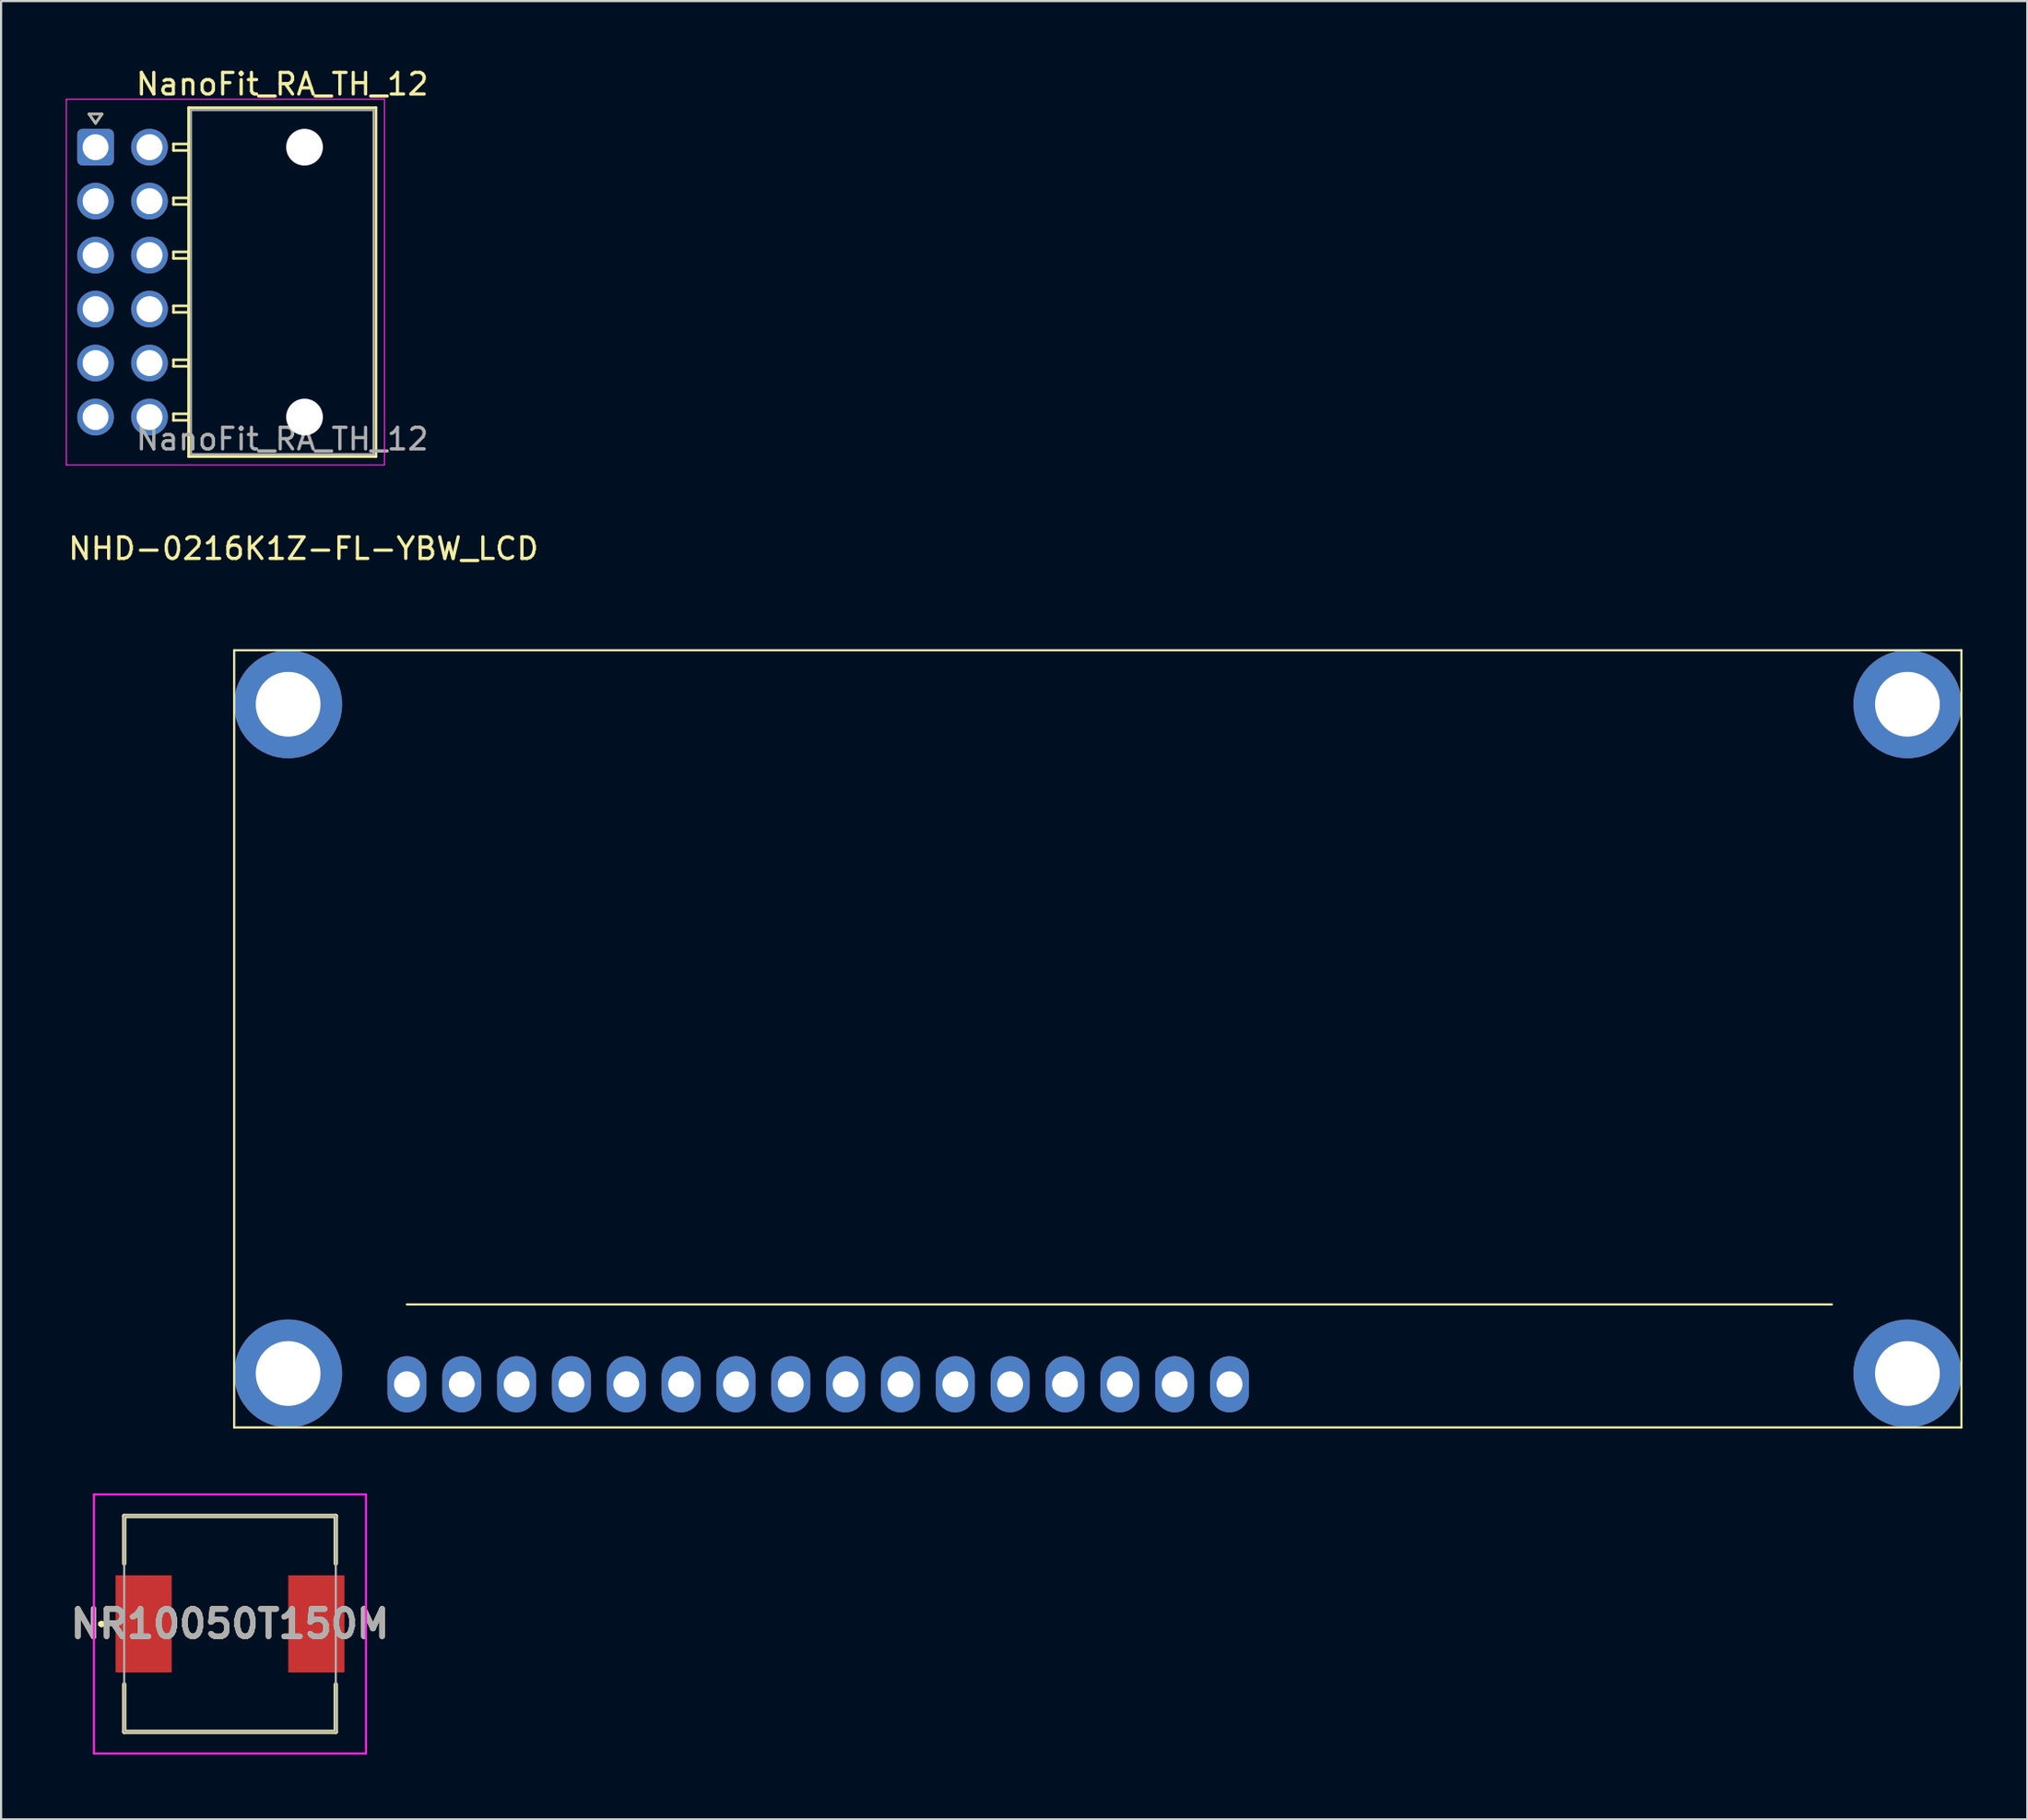
<source format=kicad_pcb>
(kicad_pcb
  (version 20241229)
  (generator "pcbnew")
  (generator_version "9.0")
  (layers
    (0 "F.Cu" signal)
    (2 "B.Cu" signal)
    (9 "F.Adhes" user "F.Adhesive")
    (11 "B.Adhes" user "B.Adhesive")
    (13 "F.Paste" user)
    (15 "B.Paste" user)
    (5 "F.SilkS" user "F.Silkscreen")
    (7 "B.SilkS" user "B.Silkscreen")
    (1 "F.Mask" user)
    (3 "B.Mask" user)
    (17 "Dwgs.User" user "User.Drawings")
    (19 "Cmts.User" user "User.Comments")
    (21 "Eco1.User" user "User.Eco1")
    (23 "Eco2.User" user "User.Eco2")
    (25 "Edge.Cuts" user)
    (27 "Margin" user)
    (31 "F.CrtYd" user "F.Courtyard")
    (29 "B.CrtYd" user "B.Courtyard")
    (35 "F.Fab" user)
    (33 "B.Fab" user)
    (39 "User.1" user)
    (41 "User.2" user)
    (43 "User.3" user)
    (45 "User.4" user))
  (footprint "NanoFit_RA_TH_12"
    (layer "F.Cu")
    (at 1.375 3.768)
    (property "Reference" "NanoFit_RA_TH_12" (at 8.65 -2.92 0) (layer "F.SilkS") (effects (font (size 1 1) (thickness 0.15))))
    (attr through_hole)
    (fp_line (start -0.3 -1.534) (end 0 -1.11) (stroke (width 0.12) (type solid)) (layer "F.SilkS"))
    (fp_line (start 0 -1.11) (end 0.3 -1.534) (stroke (width 0.12) (type solid)) (layer "F.SilkS"))
    (fp_line (start 0.3 -1.534) (end -0.3 -1.534) (stroke (width 0.12) (type solid)) (layer "F.SilkS"))
    (fp_line (start 3.61 -0.15) (end 3.61 0.15) (stroke (width 0.12) (type solid)) (layer "F.SilkS"))
    (fp_line (start 3.61 0.15) (end 4.31 0.15) (stroke (width 0.12) (type solid)) (layer "F.SilkS"))
    (fp_line (start 3.61 2.35) (end 3.61 2.65) (stroke (width 0.12) (type solid)) (layer "F.SilkS"))
    (fp_line (start 3.61 2.65) (end 4.31 2.65) (stroke (width 0.12) (type solid)) (layer "F.SilkS"))
    (fp_line (start 3.61 4.85) (end 3.61 5.15) (stroke (width 0.12) (type solid)) (layer "F.SilkS"))
    (fp_line (start 3.61 5.15) (end 4.31 5.15) (stroke (width 0.12) (type solid)) (layer "F.SilkS"))
    (fp_line (start 3.61 7.35) (end 3.61 7.65) (stroke (width 0.12) (type solid)) (layer "F.SilkS"))
    (fp_line (start 3.61 7.65) (end 4.31 7.65) (stroke (width 0.12) (type solid)) (layer "F.SilkS"))
    (fp_line (start 3.61 9.85) (end 3.61 10.15) (stroke (width 0.12) (type solid)) (layer "F.SilkS"))
    (fp_line (start 3.61 10.15) (end 4.31 10.15) (stroke (width 0.12) (type solid)) (layer "F.SilkS"))
    (fp_line (start 3.61 12.35) (end 3.61 12.65) (stroke (width 0.12) (type solid)) (layer "F.SilkS"))
    (fp_line (start 3.61 12.65) (end 4.31 12.65) (stroke (width 0.12) (type solid)) (layer "F.SilkS"))
    (fp_line (start 4.31 -1.83) (end 4.31 14.33) (stroke (width 0.12) (type solid)) (layer "F.SilkS"))
    (fp_line (start 4.31 -0.15) (end 3.61 -0.15) (stroke (width 0.12) (type solid)) (layer "F.SilkS"))
    (fp_line (start 4.31 0.15) (end 4.31 -0.15) (stroke (width 0.12) (type solid)) (layer "F.SilkS"))
    (fp_line (start 4.31 2.35) (end 3.61 2.35) (stroke (width 0.12) (type solid)) (layer "F.SilkS"))
    (fp_line (start 4.31 2.65) (end 4.31 2.35) (stroke (width 0.12) (type solid)) (layer "F.SilkS"))
    (fp_line (start 4.31 4.85) (end 3.61 4.85) (stroke (width 0.12) (type solid)) (layer "F.SilkS"))
    (fp_line (start 4.31 5.15) (end 4.31 4.85) (stroke (width 0.12) (type solid)) (layer "F.SilkS"))
    (fp_line (start 4.31 7.35) (end 3.61 7.35) (stroke (width 0.12) (type solid)) (layer "F.SilkS"))
    (fp_line (start 4.31 7.65) (end 4.31 7.35) (stroke (width 0.12) (type solid)) (layer "F.SilkS"))
    (fp_line (start 4.31 9.85) (end 3.61 9.85) (stroke (width 0.12) (type solid)) (layer "F.SilkS"))
    (fp_line (start 4.31 10.15) (end 4.31 9.85) (stroke (width 0.12) (type solid)) (layer "F.SilkS"))
    (fp_line (start 4.31 12.35) (end 3.61 12.35) (stroke (width 0.12) (type solid)) (layer "F.SilkS"))
    (fp_line (start 4.31 12.65) (end 4.31 12.35) (stroke (width 0.12) (type solid)) (layer "F.SilkS"))
    (fp_line (start 4.31 14.33) (end 12.99 14.33) (stroke (width 0.12) (type solid)) (layer "F.SilkS"))
    (fp_line (start 12.99 -1.83) (end 4.31 -1.83) (stroke (width 0.12) (type solid)) (layer "F.SilkS"))
    (fp_line (start 12.99 14.33) (end 12.99 -1.83) (stroke (width 0.12) (type solid)) (layer "F.SilkS"))
    (fp_line (start -1.35 -2.22) (end -1.35 14.72) (stroke (width 0.05) (type solid)) (layer "F.CrtYd"))
    (fp_line (start -1.35 14.72) (end 13.38 14.72) (stroke (width 0.05) (type solid)) (layer "F.CrtYd"))
    (fp_line (start 13.38 -2.22) (end -1.35 -2.22) (stroke (width 0.05) (type solid)) (layer "F.CrtYd"))
    (fp_line (start 13.38 14.72) (end 13.38 -2.22) (stroke (width 0.05) (type solid)) (layer "F.CrtYd"))
    (fp_line (start -0.3 -1.534) (end 0 -1.11) (stroke (width 0.1) (type solid)) (layer "F.Fab"))
    (fp_line (start 0 -1.11) (end 0.3 -1.534) (stroke (width 0.1) (type solid)) (layer "F.Fab"))
    (fp_line (start 0.3 -1.534) (end -0.3 -1.534) (stroke (width 0.1) (type solid)) (layer "F.Fab"))
    (fp_line (start 4.42 -1.72) (end 4.42 14.22) (stroke (width 0.1) (type solid)) (layer "F.Fab"))
    (fp_line (start 4.42 14.22) (end 12.88 14.22) (stroke (width 0.1) (type solid)) (layer "F.Fab"))
    (fp_line (start 12.88 -1.72) (end 4.42 -1.72) (stroke (width 0.1) (type solid)) (layer "F.Fab"))
    (fp_line (start 12.88 14.22) (end 12.88 -1.72) (stroke (width 0.1) (type solid)) (layer "F.Fab"))
    (fp_text user "${REFERENCE}" (at 8.65 13.52 0) (layer "F.Fab") (effects (font (size 1 1) (thickness 0.15))))
    (pad "" np_thru_hole circle (at 9.68 0) (size 1.7 1.7) (drill 1.7) (layers "*.Cu" "*.Mask"))
    (pad "" np_thru_hole circle (at 9.68 12.5) (size 1.7 1.7) (drill 1.7) (layers "*.Cu" "*.Mask"))
    (pad "1" thru_hole roundrect (at 0 0) (size 1.7 1.7) (drill 1.2) (layers "*.Cu" "*.Mask") (roundrect_rratio 0.147))
    (pad "2" thru_hole circle (at 0 2.5) (size 1.7 1.7) (drill 1.2) (layers "*.Cu" "*.Mask"))
    (pad "3" thru_hole circle (at 0 5) (size 1.7 1.7) (drill 1.2) (layers "*.Cu" "*.Mask"))
    (pad "4" thru_hole circle (at 0 7.5) (size 1.7 1.7) (drill 1.2) (layers "*.Cu" "*.Mask"))
    (pad "5" thru_hole circle (at 0 10) (size 1.7 1.7) (drill 1.2) (layers "*.Cu" "*.Mask"))
    (pad "6" thru_hole circle (at 0 12.5) (size 1.7 1.7) (drill 1.2) (layers "*.Cu" "*.Mask"))
    (pad "7" thru_hole circle (at 2.5 0) (size 1.7 1.7) (drill 1.2) (layers "*.Cu" "*.Mask"))
    (pad "8" thru_hole circle (at 2.5 2.5) (size 1.7 1.7) (drill 1.2) (layers "*.Cu" "*.Mask"))
    (pad "9" thru_hole circle (at 2.5 5) (size 1.7 1.7) (drill 1.2) (layers "*.Cu" "*.Mask"))
    (pad "10" thru_hole circle (at 2.5 7.5) (size 1.7 1.7) (drill 1.2) (layers "*.Cu" "*.Mask"))
    (pad "11" thru_hole circle (at 2.5 10) (size 1.7 1.7) (drill 1.2) (layers "*.Cu" "*.Mask"))
    (pad "12" thru_hole circle (at 2.5 12.5) (size 1.7 1.7) (drill 1.2) (layers "*.Cu" "*.Mask")))
  (footprint "NR10050T150M"
    (layer "F.Cu")
    (at 7.602 72.171)
    (property "Reference" "NR10050T150M" (at 0 0 0) (layer "F.SilkS") (effects (font (size 1.27 1.27) (thickness 0.254))))
    (attr smd)
    (fp_line (start -6 0) (end -6 0) (stroke (width 0.2) (type solid)) (layer "F.SilkS"))
    (fp_line (start -6 0) (end -6 0) (stroke (width 0.2) (type solid)) (layer "F.SilkS"))
    (fp_line (start -5.9 0) (end -5.9 0) (stroke (width 0.2) (type solid)) (layer "F.SilkS"))
    (fp_line (start -4.9 -5) (end 4.9 -5) (stroke (width 0.2) (type solid)) (layer "F.SilkS"))
    (fp_line (start -4.9 -2.8) (end -4.9 -5) (stroke (width 0.2) (type solid)) (layer "F.SilkS"))
    (fp_line (start -4.9 2.8) (end -4.9 5) (stroke (width 0.2) (type solid)) (layer "F.SilkS"))
    (fp_line (start -4.9 5) (end 4.9 5) (stroke (width 0.2) (type solid)) (layer "F.SilkS"))
    (fp_line (start 4.9 -5) (end 4.9 -2.8) (stroke (width 0.2) (type solid)) (layer "F.SilkS"))
    (fp_line (start 4.9 5) (end 4.9 2.8) (stroke (width 0.2) (type solid)) (layer "F.SilkS"))
    (fp_arc (start -6 0) (mid -5.95 -0.05) (end -5.9 0) (stroke (width 0.2) (type solid)) (layer "F.SilkS"))
    (fp_arc (start -5.9 0) (mid -5.95 0.05) (end -6 0) (stroke (width 0.2) (type solid)) (layer "F.SilkS"))
    (fp_arc (start -5.9 0) (mid -5.95 0.05) (end -6 0) (stroke (width 0.2) (type solid)) (layer "F.SilkS"))
    (fp_line (start -6.3 -6) (end 6.3 -6) (stroke (width 0.1) (type solid)) (layer "F.CrtYd"))
    (fp_line (start -6.3 6) (end -6.3 -6) (stroke (width 0.1) (type solid)) (layer "F.CrtYd"))
    (fp_line (start 6.3 -6) (end 6.3 6) (stroke (width 0.1) (type solid)) (layer "F.CrtYd"))
    (fp_line (start 6.3 6) (end -6.3 6) (stroke (width 0.1) (type solid)) (layer "F.CrtYd"))
    (fp_line (start -4.9 -5) (end -4.9 5) (stroke (width 0.1) (type solid)) (layer "F.Fab"))
    (fp_line (start -4.9 5) (end 4.9 5) (stroke (width 0.1) (type solid)) (layer "F.Fab"))
    (fp_line (start 4.9 -5) (end -4.9 -5) (stroke (width 0.1) (type solid)) (layer "F.Fab"))
    (fp_line (start 4.9 5) (end 4.9 -5) (stroke (width 0.1) (type solid)) (layer "F.Fab"))
    (fp_text user "${REFERENCE}" (at 0 0 0) (layer "F.Fab") (effects (font (size 1.27 1.27) (thickness 0.254))))
    (pad "1" smd rect (at -4 0) (size 2.6 4.5) (layers "F.Cu" "F.Mask" "F.Paste"))
    (pad "2" smd rect (at 4 0) (size 2.6 4.5) (layers "F.Cu" "F.Mask" "F.Paste")))
  (footprint "NHD-0216K1Z-FL-YBW_LCD"
    (layer "F.Cu")
    (at 53.896 61.071)
    (property "Reference" "NHD-0216K1Z-FL-YBW_LCD" (at -42.89 -38.71 0) (layer "F.SilkS") (effects (font (size 1 1) (thickness 0.15))))
    (attr through_hole)
    (fp_line (start -46.1 2) (end -46.1 -34) (stroke (width 0.1) (type solid)) (layer "F.SilkS"))
    (fp_line (start -46.1 2) (end 33.9 2) (stroke (width 0.1) (type solid)) (layer "F.SilkS"))
    (fp_line (start -38.1 -3.7) (end 27.9 -3.7) (stroke (width 0.1) (type solid)) (layer "F.SilkS"))
    (fp_line (start 33.9 -34) (end -46.1 -34) (stroke (width 0.1) (type solid)) (layer "F.SilkS"))
    (fp_line (start 33.9 -34) (end 33.9 2) (stroke (width 0.1) (type solid)) (layer "F.SilkS"))
    (pad "0" thru_hole circle (at -43.6 -31.5) (size 5 5) (drill 3) (layers "*.Cu" "*.Mask"))
    (pad "0" thru_hole circle (at -43.6 -0.5) (size 5 5) (drill 3) (layers "*.Cu" "*.Mask"))
    (pad "0" thru_hole circle (at 31.4 -31.5) (size 5 5) (drill 3) (layers "*.Cu" "*.Mask"))
    (pad "0" thru_hole circle (at 31.4 -0.5) (size 5 5) (drill 3) (layers "*.Cu" "*.Mask"))
    (pad "1" thru_hole oval (at -38.1 0) (size 1.8 2.6) (drill 1.2) (layers "*.Cu" "*.Mask"))
    (pad "2" thru_hole oval (at -35.56 0) (size 1.8 2.6) (drill 1.2) (layers "*.Cu" "*.Mask"))
    (pad "3" thru_hole oval (at -33.02 0) (size 1.8 2.6) (drill 1.2) (layers "*.Cu" "*.Mask"))
    (pad "4" thru_hole oval (at -30.48 0) (size 1.8 2.6) (drill 1.2) (layers "*.Cu" "*.Mask"))
    (pad "5" thru_hole oval (at -27.94 0) (size 1.8 2.6) (drill 1.2) (layers "*.Cu" "*.Mask"))
    (pad "6" thru_hole oval (at -25.4 0) (size 1.8 2.6) (drill 1.2) (layers "*.Cu" "*.Mask"))
    (pad "7" thru_hole oval (at -22.86 0) (size 1.8 2.6) (drill 1.2) (layers "*.Cu" "*.Mask"))
    (pad "8" thru_hole oval (at -20.32 0) (size 1.8 2.6) (drill 1.2) (layers "*.Cu" "*.Mask"))
    (pad "9" thru_hole oval (at -17.78 0) (size 1.8 2.6) (drill 1.2) (layers "*.Cu" "*.Mask"))
    (pad "10" thru_hole oval (at -15.24 0) (size 1.8 2.6) (drill 1.2) (layers "*.Cu" "*.Mask"))
    (pad "11" thru_hole oval (at -12.7 0) (size 1.8 2.6) (drill 1.2) (layers "*.Cu" "*.Mask"))
    (pad "12" thru_hole oval (at -10.16 0) (size 1.8 2.6) (drill 1.2) (layers "*.Cu" "*.Mask"))
    (pad "13" thru_hole oval (at -7.62 0) (size 1.8 2.6) (drill 1.2) (layers "*.Cu" "*.Mask"))
    (pad "14" thru_hole oval (at -5.08 0) (size 1.8 2.6) (drill 1.2) (layers "*.Cu" "*.Mask"))
    (pad "15" thru_hole oval (at -2.54 0) (size 1.8 2.6) (drill 1.2) (layers "*.Cu" "*.Mask"))
    (pad "16" thru_hole oval (at 0 0) (size 1.8 2.6) (drill 1.2) (layers "*.Cu" "*.Mask")))
  (gr_rect
    (start -3 -3)
    (end 90.846 81.221)
    (stroke (width 0.1) (type default))
    (fill no)
    (layer "Edge.Cuts")))
</source>
